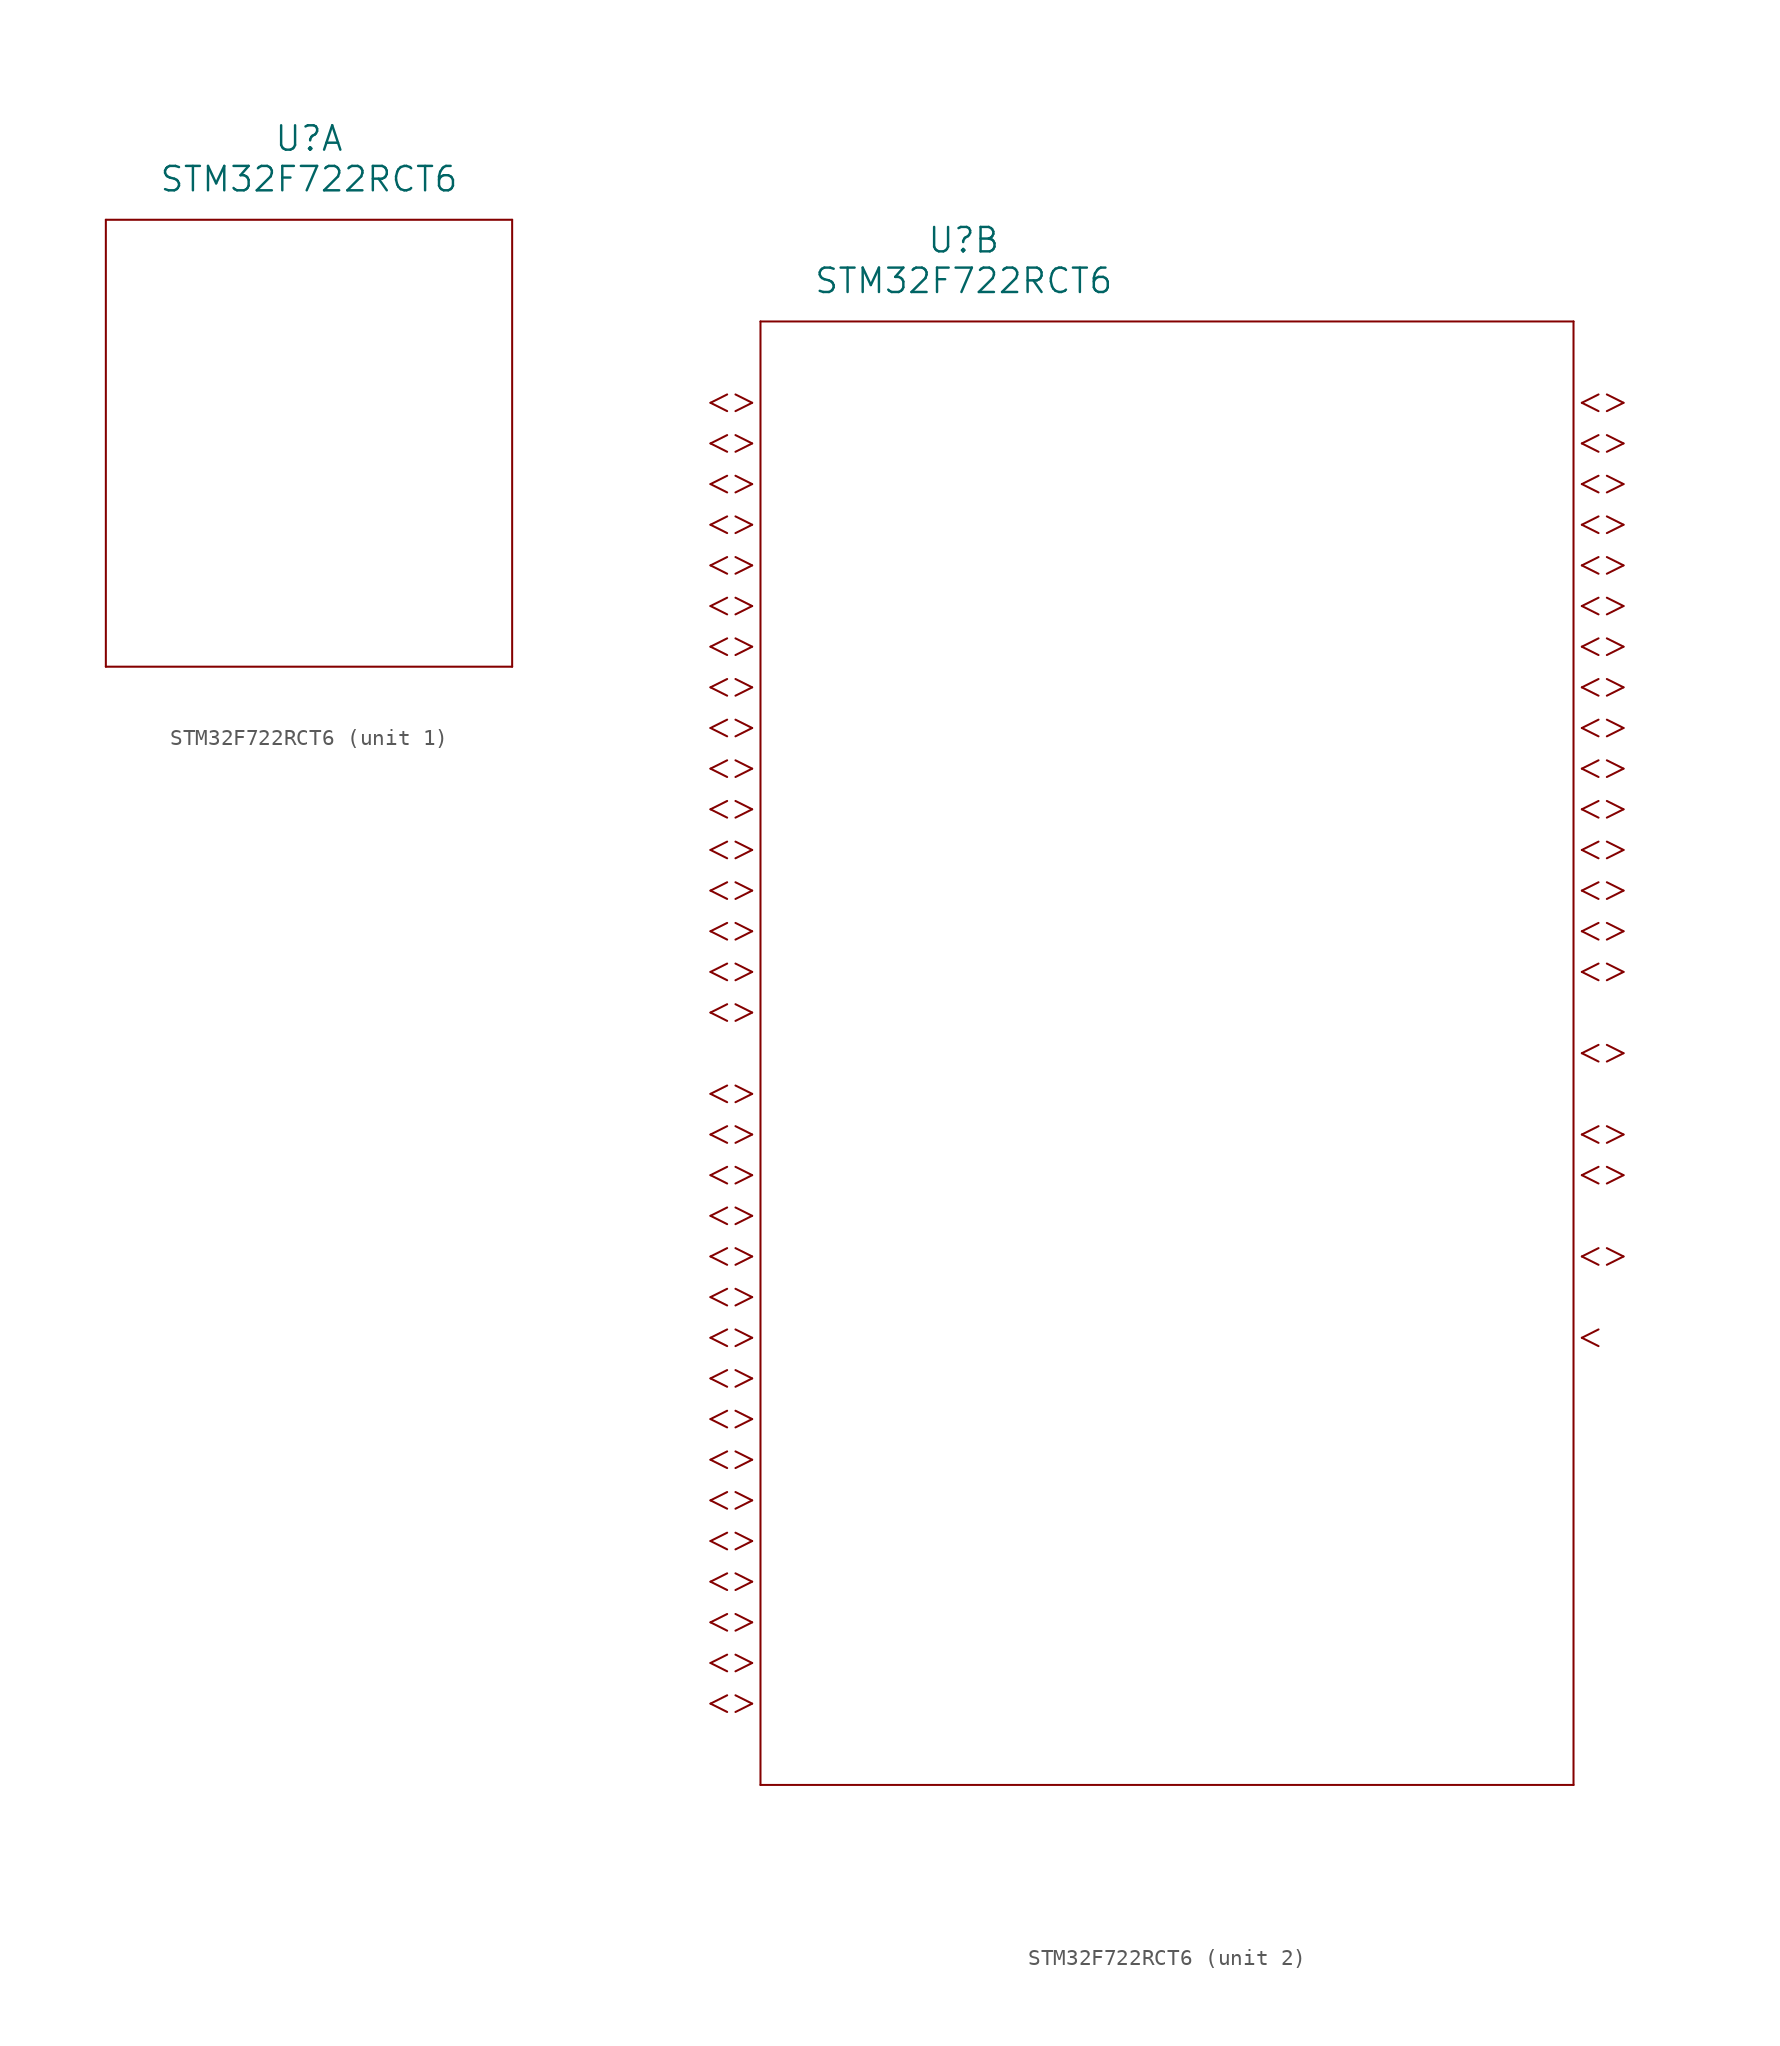
<source format=kicad_sym>
(kicad_symbol_lib
  (version 20211014)
  (generator kicad_symbol_editor)
  (symbol "STM32F722RCT6"
    (pin_names
      (offset 0.254))
    (property "Reference" "U"
      (at 20.32 10.16 0)
      (effects (font (size 1.524 1.524))))
    (property "Value" "STM32F722RCT6"
      (at 20.32 7.62 0)
      (effects (font (size 1.524 1.524))))
    (symbol "STM32F722RCT6_1_1"
      (polyline (pts (xy 7.62 5.08) (xy 7.62 -22.86)) (stroke (width 0.127) (type default) (color 0 0 0 0)) (fill (type none)))
      (polyline (pts (xy 7.62 -22.86) (xy 33.02 -22.86)) (stroke (width 0.127) (type default) (color 0 0 0 0)) (fill (type none)))
      (polyline (pts (xy 33.02 -22.86) (xy 33.02 5.08)) (stroke (width 0.127) (type default) (color 0 0 0 0)) (fill (type none)))
      (polyline (pts (xy 33.02 5.08) (xy 7.62 5.08)) (stroke (width 0.127) (type default) (color 0 0 0 0)) (fill (type none))))
    (symbol "STM32F722RCT6_2_1"
      (polyline (pts (xy 7.099 0) (xy 6.058 0.521)) (stroke (width 0.127) (type default) (color 0 0 0 0)) (fill (type none)))
      (polyline (pts (xy 7.099 0) (xy 6.058 -0.521)) (stroke (width 0.127) (type default) (color 0 0 0 0)) (fill (type none)))
      (polyline (pts (xy 5.537 0.521) (xy 4.496 0)) (stroke (width 0.127) (type default) (color 0 0 0 0)) (fill (type none)))
      (polyline (pts (xy 5.537 -0.521) (xy 4.496 0)) (stroke (width 0.127) (type default) (color 0 0 0 0)) (fill (type none)))
      (polyline (pts (xy 7.099 -2.54) (xy 6.058 -2.019)) (stroke (width 0.127) (type default) (color 0 0 0 0)) (fill (type none)))
      (polyline (pts (xy 7.099 -2.54) (xy 6.058 -3.061)) (stroke (width 0.127) (type default) (color 0 0 0 0)) (fill (type none)))
      (polyline (pts (xy 5.537 -2.019) (xy 4.496 -2.54)) (stroke (width 0.127) (type default) (color 0 0 0 0)) (fill (type none)))
      (polyline (pts (xy 5.537 -3.061) (xy 4.496 -2.54)) (stroke (width 0.127) (type default) (color 0 0 0 0)) (fill (type none)))
      (polyline (pts (xy 7.099 -5.08) (xy 6.058 -4.559)) (stroke (width 0.127) (type default) (color 0 0 0 0)) (fill (type none)))
      (polyline (pts (xy 7.099 -5.08) (xy 6.058 -5.601)) (stroke (width 0.127) (type default) (color 0 0 0 0)) (fill (type none)))
      (polyline (pts (xy 5.537 -4.559) (xy 4.496 -5.08)) (stroke (width 0.127) (type default) (color 0 0 0 0)) (fill (type none)))
      (polyline (pts (xy 5.537 -5.601) (xy 4.496 -5.08)) (stroke (width 0.127) (type default) (color 0 0 0 0)) (fill (type none)))
      (polyline (pts (xy 7.099 -7.62) (xy 6.058 -7.099)) (stroke (width 0.127) (type default) (color 0 0 0 0)) (fill (type none)))
      (polyline (pts (xy 7.099 -7.62) (xy 6.058 -8.141)) (stroke (width 0.127) (type default) (color 0 0 0 0)) (fill (type none)))
      (polyline (pts (xy 5.537 -7.099) (xy 4.496 -7.62)) (stroke (width 0.127) (type default) (color 0 0 0 0)) (fill (type none)))
      (polyline (pts (xy 5.537 -8.141) (xy 4.496 -7.62)) (stroke (width 0.127) (type default) (color 0 0 0 0)) (fill (type none)))
      (polyline (pts (xy 7.099 -10.16) (xy 6.058 -9.639)) (stroke (width 0.127) (type default) (color 0 0 0 0)) (fill (type none)))
      (polyline (pts (xy 7.099 -10.16) (xy 6.058 -10.681)) (stroke (width 0.127) (type default) (color 0 0 0 0)) (fill (type none)))
      (polyline (pts (xy 5.537 -9.639) (xy 4.496 -10.16)) (stroke (width 0.127) (type default) (color 0 0 0 0)) (fill (type none)))
      (polyline (pts (xy 5.537 -10.681) (xy 4.496 -10.16)) (stroke (width 0.127) (type default) (color 0 0 0 0)) (fill (type none)))
      (polyline (pts (xy 7.099 -12.7) (xy 6.058 -12.179)) (stroke (width 0.127) (type default) (color 0 0 0 0)) (fill (type none)))
      (polyline (pts (xy 7.099 -12.7) (xy 6.058 -13.221)) (stroke (width 0.127) (type default) (color 0 0 0 0)) (fill (type none)))
      (polyline (pts (xy 5.537 -12.179) (xy 4.496 -12.7)) (stroke (width 0.127) (type default) (color 0 0 0 0)) (fill (type none)))
      (polyline (pts (xy 5.537 -13.221) (xy 4.496 -12.7)) (stroke (width 0.127) (type default) (color 0 0 0 0)) (fill (type none)))
      (polyline (pts (xy 7.099 -15.24) (xy 6.058 -14.719)) (stroke (width 0.127) (type default) (color 0 0 0 0)) (fill (type none)))
      (polyline (pts (xy 7.099 -15.24) (xy 6.058 -15.761)) (stroke (width 0.127) (type default) (color 0 0 0 0)) (fill (type none)))
      (polyline (pts (xy 5.537 -14.719) (xy 4.496 -15.24)) (stroke (width 0.127) (type default) (color 0 0 0 0)) (fill (type none)))
      (polyline (pts (xy 5.537 -15.761) (xy 4.496 -15.24)) (stroke (width 0.127) (type default) (color 0 0 0 0)) (fill (type none)))
      (polyline (pts (xy 7.099 -17.78) (xy 6.058 -17.259)) (stroke (width 0.127) (type default) (color 0 0 0 0)) (fill (type none)))
      (polyline (pts (xy 7.099 -17.78) (xy 6.058 -18.301)) (stroke (width 0.127) (type default) (color 0 0 0 0)) (fill (type none)))
      (polyline (pts (xy 5.537 -17.259) (xy 4.496 -17.78)) (stroke (width 0.127) (type default) (color 0 0 0 0)) (fill (type none)))
      (polyline (pts (xy 5.537 -18.301) (xy 4.496 -17.78)) (stroke (width 0.127) (type default) (color 0 0 0 0)) (fill (type none)))
      (polyline (pts (xy 7.099 -20.32) (xy 6.058 -19.799)) (stroke (width 0.127) (type default) (color 0 0 0 0)) (fill (type none)))
      (polyline (pts (xy 7.099 -20.32) (xy 6.058 -20.841)) (stroke (width 0.127) (type default) (color 0 0 0 0)) (fill (type none)))
      (polyline (pts (xy 5.537 -19.799) (xy 4.496 -20.32)) (stroke (width 0.127) (type default) (color 0 0 0 0)) (fill (type none)))
      (polyline (pts (xy 5.537 -20.841) (xy 4.496 -20.32)) (stroke (width 0.127) (type default) (color 0 0 0 0)) (fill (type none)))
      (polyline (pts (xy 7.099 -22.86) (xy 6.058 -22.339)) (stroke (width 0.127) (type default) (color 0 0 0 0)) (fill (type none)))
      (polyline (pts (xy 7.099 -22.86) (xy 6.058 -23.381)) (stroke (width 0.127) (type default) (color 0 0 0 0)) (fill (type none)))
      (polyline (pts (xy 5.537 -22.339) (xy 4.496 -22.86)) (stroke (width 0.127) (type default) (color 0 0 0 0)) (fill (type none)))
      (polyline (pts (xy 5.537 -23.381) (xy 4.496 -22.86)) (stroke (width 0.127) (type default) (color 0 0 0 0)) (fill (type none)))
      (polyline (pts (xy 7.099 -25.4) (xy 6.058 -24.879)) (stroke (width 0.127) (type default) (color 0 0 0 0)) (fill (type none)))
      (polyline (pts (xy 7.099 -25.4) (xy 6.058 -25.921)) (stroke (width 0.127) (type default) (color 0 0 0 0)) (fill (type none)))
      (polyline (pts (xy 5.537 -24.879) (xy 4.496 -25.4)) (stroke (width 0.127) (type default) (color 0 0 0 0)) (fill (type none)))
      (polyline (pts (xy 5.537 -25.921) (xy 4.496 -25.4)) (stroke (width 0.127) (type default) (color 0 0 0 0)) (fill (type none)))
      (polyline (pts (xy 7.099 -27.94) (xy 6.058 -27.419)) (stroke (width 0.127) (type default) (color 0 0 0 0)) (fill (type none)))
      (polyline (pts (xy 7.099 -27.94) (xy 6.058 -28.461)) (stroke (width 0.127) (type default) (color 0 0 0 0)) (fill (type none)))
      (polyline (pts (xy 5.537 -27.419) (xy 4.496 -27.94)) (stroke (width 0.127) (type default) (color 0 0 0 0)) (fill (type none)))
      (polyline (pts (xy 5.537 -28.461) (xy 4.496 -27.94)) (stroke (width 0.127) (type default) (color 0 0 0 0)) (fill (type none)))
      (polyline (pts (xy 7.099 -30.48) (xy 6.058 -29.959)) (stroke (width 0.127) (type default) (color 0 0 0 0)) (fill (type none)))
      (polyline (pts (xy 7.099 -30.48) (xy 6.058 -31.001)) (stroke (width 0.127) (type default) (color 0 0 0 0)) (fill (type none)))
      (polyline (pts (xy 5.537 -29.959) (xy 4.496 -30.48)) (stroke (width 0.127) (type default) (color 0 0 0 0)) (fill (type none)))
      (polyline (pts (xy 5.537 -31.001) (xy 4.496 -30.48)) (stroke (width 0.127) (type default) (color 0 0 0 0)) (fill (type none)))
      (polyline (pts (xy 7.099 -33.02) (xy 6.058 -32.499)) (stroke (width 0.127) (type default) (color 0 0 0 0)) (fill (type none)))
      (polyline (pts (xy 7.099 -33.02) (xy 6.058 -33.541)) (stroke (width 0.127) (type default) (color 0 0 0 0)) (fill (type none)))
      (polyline (pts (xy 5.537 -32.499) (xy 4.496 -33.02)) (stroke (width 0.127) (type default) (color 0 0 0 0)) (fill (type none)))
      (polyline (pts (xy 5.537 -33.541) (xy 4.496 -33.02)) (stroke (width 0.127) (type default) (color 0 0 0 0)) (fill (type none)))
      (polyline (pts (xy 7.099 -35.56) (xy 6.058 -35.039)) (stroke (width 0.127) (type default) (color 0 0 0 0)) (fill (type none)))
      (polyline (pts (xy 7.099 -35.56) (xy 6.058 -36.081)) (stroke (width 0.127) (type default) (color 0 0 0 0)) (fill (type none)))
      (polyline (pts (xy 5.537 -35.039) (xy 4.496 -35.56)) (stroke (width 0.127) (type default) (color 0 0 0 0)) (fill (type none)))
      (polyline (pts (xy 5.537 -36.081) (xy 4.496 -35.56)) (stroke (width 0.127) (type default) (color 0 0 0 0)) (fill (type none)))
      (polyline (pts (xy 7.099 -38.1) (xy 6.058 -37.579)) (stroke (width 0.127) (type default) (color 0 0 0 0)) (fill (type none)))
      (polyline (pts (xy 7.099 -38.1) (xy 6.058 -38.621)) (stroke (width 0.127) (type default) (color 0 0 0 0)) (fill (type none)))
      (polyline (pts (xy 5.537 -37.579) (xy 4.496 -38.1)) (stroke (width 0.127) (type default) (color 0 0 0 0)) (fill (type none)))
      (polyline (pts (xy 5.537 -38.621) (xy 4.496 -38.1)) (stroke (width 0.127) (type default) (color 0 0 0 0)) (fill (type none)))
      (polyline (pts (xy 7.099 -43.18) (xy 6.058 -42.659)) (stroke (width 0.127) (type default) (color 0 0 0 0)) (fill (type none)))
      (polyline (pts (xy 7.099 -43.18) (xy 6.058 -43.701)) (stroke (width 0.127) (type default) (color 0 0 0 0)) (fill (type none)))
      (polyline (pts (xy 5.537 -42.659) (xy 4.496 -43.18)) (stroke (width 0.127) (type default) (color 0 0 0 0)) (fill (type none)))
      (polyline (pts (xy 5.537 -43.701) (xy 4.496 -43.18)) (stroke (width 0.127) (type default) (color 0 0 0 0)) (fill (type none)))
      (polyline (pts (xy 7.099 -45.72) (xy 6.058 -45.199)) (stroke (width 0.127) (type default) (color 0 0 0 0)) (fill (type none)))
      (polyline (pts (xy 7.099 -45.72) (xy 6.058 -46.241)) (stroke (width 0.127) (type default) (color 0 0 0 0)) (fill (type none)))
      (polyline (pts (xy 5.537 -45.199) (xy 4.496 -45.72)) (stroke (width 0.127) (type default) (color 0 0 0 0)) (fill (type none)))
      (polyline (pts (xy 5.537 -46.241) (xy 4.496 -45.72)) (stroke (width 0.127) (type default) (color 0 0 0 0)) (fill (type none)))
      (polyline (pts (xy 7.099 -48.26) (xy 6.058 -47.739)) (stroke (width 0.127) (type default) (color 0 0 0 0)) (fill (type none)))
      (polyline (pts (xy 7.099 -48.26) (xy 6.058 -48.781)) (stroke (width 0.127) (type default) (color 0 0 0 0)) (fill (type none)))
      (polyline (pts (xy 5.537 -47.739) (xy 4.496 -48.26)) (stroke (width 0.127) (type default) (color 0 0 0 0)) (fill (type none)))
      (polyline (pts (xy 5.537 -48.781) (xy 4.496 -48.26)) (stroke (width 0.127) (type default) (color 0 0 0 0)) (fill (type none)))
      (polyline (pts (xy 7.099 -50.8) (xy 6.058 -50.279)) (stroke (width 0.127) (type default) (color 0 0 0 0)) (fill (type none)))
      (polyline (pts (xy 7.099 -50.8) (xy 6.058 -51.321)) (stroke (width 0.127) (type default) (color 0 0 0 0)) (fill (type none)))
      (polyline (pts (xy 5.537 -50.279) (xy 4.496 -50.8)) (stroke (width 0.127) (type default) (color 0 0 0 0)) (fill (type none)))
      (polyline (pts (xy 5.537 -51.321) (xy 4.496 -50.8)) (stroke (width 0.127) (type default) (color 0 0 0 0)) (fill (type none)))
      (polyline (pts (xy 7.099 -53.34) (xy 6.058 -52.819)) (stroke (width 0.127) (type default) (color 0 0 0 0)) (fill (type none)))
      (polyline (pts (xy 7.099 -53.34) (xy 6.058 -53.861)) (stroke (width 0.127) (type default) (color 0 0 0 0)) (fill (type none)))
      (polyline (pts (xy 5.537 -52.819) (xy 4.496 -53.34)) (stroke (width 0.127) (type default) (color 0 0 0 0)) (fill (type none)))
      (polyline (pts (xy 5.537 -53.861) (xy 4.496 -53.34)) (stroke (width 0.127) (type default) (color 0 0 0 0)) (fill (type none)))
      (polyline (pts (xy 7.099 -55.88) (xy 6.058 -55.359)) (stroke (width 0.127) (type default) (color 0 0 0 0)) (fill (type none)))
      (polyline (pts (xy 7.099 -55.88) (xy 6.058 -56.401)) (stroke (width 0.127) (type default) (color 0 0 0 0)) (fill (type none)))
      (polyline (pts (xy 5.537 -55.359) (xy 4.496 -55.88)) (stroke (width 0.127) (type default) (color 0 0 0 0)) (fill (type none)))
      (polyline (pts (xy 5.537 -56.401) (xy 4.496 -55.88)) (stroke (width 0.127) (type default) (color 0 0 0 0)) (fill (type none)))
      (polyline (pts (xy 7.099 -58.42) (xy 6.058 -57.899)) (stroke (width 0.127) (type default) (color 0 0 0 0)) (fill (type none)))
      (polyline (pts (xy 7.099 -58.42) (xy 6.058 -58.941)) (stroke (width 0.127) (type default) (color 0 0 0 0)) (fill (type none)))
      (polyline (pts (xy 5.537 -57.899) (xy 4.496 -58.42)) (stroke (width 0.127) (type default) (color 0 0 0 0)) (fill (type none)))
      (polyline (pts (xy 5.537 -58.941) (xy 4.496 -58.42)) (stroke (width 0.127) (type default) (color 0 0 0 0)) (fill (type none)))
      (polyline (pts (xy 7.099 -60.96) (xy 6.058 -60.439)) (stroke (width 0.127) (type default) (color 0 0 0 0)) (fill (type none)))
      (polyline (pts (xy 7.099 -60.96) (xy 6.058 -61.481)) (stroke (width 0.127) (type default) (color 0 0 0 0)) (fill (type none)))
      (polyline (pts (xy 5.537 -60.439) (xy 4.496 -60.96)) (stroke (width 0.127) (type default) (color 0 0 0 0)) (fill (type none)))
      (polyline (pts (xy 5.537 -61.481) (xy 4.496 -60.96)) (stroke (width 0.127) (type default) (color 0 0 0 0)) (fill (type none)))
      (polyline (pts (xy 7.099 -63.5) (xy 6.058 -62.979)) (stroke (width 0.127) (type default) (color 0 0 0 0)) (fill (type none)))
      (polyline (pts (xy 7.099 -63.5) (xy 6.058 -64.021)) (stroke (width 0.127) (type default) (color 0 0 0 0)) (fill (type none)))
      (polyline (pts (xy 5.537 -62.979) (xy 4.496 -63.5)) (stroke (width 0.127) (type default) (color 0 0 0 0)) (fill (type none)))
      (polyline (pts (xy 5.537 -64.021) (xy 4.496 -63.5)) (stroke (width 0.127) (type default) (color 0 0 0 0)) (fill (type none)))
      (polyline (pts (xy 7.099 -66.04) (xy 6.058 -65.519)) (stroke (width 0.127) (type default) (color 0 0 0 0)) (fill (type none)))
      (polyline (pts (xy 7.099 -66.04) (xy 6.058 -66.561)) (stroke (width 0.127) (type default) (color 0 0 0 0)) (fill (type none)))
      (polyline (pts (xy 5.537 -65.519) (xy 4.496 -66.04)) (stroke (width 0.127) (type default) (color 0 0 0 0)) (fill (type none)))
      (polyline (pts (xy 5.537 -66.561) (xy 4.496 -66.04)) (stroke (width 0.127) (type default) (color 0 0 0 0)) (fill (type none)))
      (polyline (pts (xy 7.099 -68.58) (xy 6.058 -68.059)) (stroke (width 0.127) (type default) (color 0 0 0 0)) (fill (type none)))
      (polyline (pts (xy 7.099 -68.58) (xy 6.058 -69.101)) (stroke (width 0.127) (type default) (color 0 0 0 0)) (fill (type none)))
      (polyline (pts (xy 5.537 -68.059) (xy 4.496 -68.58)) (stroke (width 0.127) (type default) (color 0 0 0 0)) (fill (type none)))
      (polyline (pts (xy 5.537 -69.101) (xy 4.496 -68.58)) (stroke (width 0.127) (type default) (color 0 0 0 0)) (fill (type none)))
      (polyline (pts (xy 7.099 -71.12) (xy 6.058 -70.599)) (stroke (width 0.127) (type default) (color 0 0 0 0)) (fill (type none)))
      (polyline (pts (xy 7.099 -71.12) (xy 6.058 -71.641)) (stroke (width 0.127) (type default) (color 0 0 0 0)) (fill (type none)))
      (polyline (pts (xy 5.537 -70.599) (xy 4.496 -71.12)) (stroke (width 0.127) (type default) (color 0 0 0 0)) (fill (type none)))
      (polyline (pts (xy 5.537 -71.641) (xy 4.496 -71.12)) (stroke (width 0.127) (type default) (color 0 0 0 0)) (fill (type none)))
      (polyline (pts (xy 7.099 -73.66) (xy 6.058 -73.139)) (stroke (width 0.127) (type default) (color 0 0 0 0)) (fill (type none)))
      (polyline (pts (xy 7.099 -73.66) (xy 6.058 -74.181)) (stroke (width 0.127) (type default) (color 0 0 0 0)) (fill (type none)))
      (polyline (pts (xy 5.537 -73.139) (xy 4.496 -73.66)) (stroke (width 0.127) (type default) (color 0 0 0 0)) (fill (type none)))
      (polyline (pts (xy 5.537 -74.181) (xy 4.496 -73.66)) (stroke (width 0.127) (type default) (color 0 0 0 0)) (fill (type none)))
      (polyline (pts (xy 7.099 -76.2) (xy 6.058 -75.679)) (stroke (width 0.127) (type default) (color 0 0 0 0)) (fill (type none)))
      (polyline (pts (xy 7.099 -76.2) (xy 6.058 -76.721)) (stroke (width 0.127) (type default) (color 0 0 0 0)) (fill (type none)))
      (polyline (pts (xy 5.537 -75.679) (xy 4.496 -76.2)) (stroke (width 0.127) (type default) (color 0 0 0 0)) (fill (type none)))
      (polyline (pts (xy 5.537 -76.721) (xy 4.496 -76.2)) (stroke (width 0.127) (type default) (color 0 0 0 0)) (fill (type none)))
      (polyline (pts (xy 7.099 -78.74) (xy 6.058 -78.219)) (stroke (width 0.127) (type default) (color 0 0 0 0)) (fill (type none)))
      (polyline (pts (xy 7.099 -78.74) (xy 6.058 -79.261)) (stroke (width 0.127) (type default) (color 0 0 0 0)) (fill (type none)))
      (polyline (pts (xy 5.537 -78.219) (xy 4.496 -78.74)) (stroke (width 0.127) (type default) (color 0 0 0 0)) (fill (type none)))
      (polyline (pts (xy 5.537 -79.261) (xy 4.496 -78.74)) (stroke (width 0.127) (type default) (color 0 0 0 0)) (fill (type none)))
      (polyline (pts (xy 7.099 -81.28) (xy 6.058 -80.759)) (stroke (width 0.127) (type default) (color 0 0 0 0)) (fill (type none)))
      (polyline (pts (xy 7.099 -81.28) (xy 6.058 -81.801)) (stroke (width 0.127) (type default) (color 0 0 0 0)) (fill (type none)))
      (polyline (pts (xy 5.537 -80.759) (xy 4.496 -81.28)) (stroke (width 0.127) (type default) (color 0 0 0 0)) (fill (type none)))
      (polyline (pts (xy 5.537 -81.801) (xy 4.496 -81.28)) (stroke (width 0.127) (type default) (color 0 0 0 0)) (fill (type none)))
      (polyline (pts (xy 58.941 0) (xy 59.982 0.521)) (stroke (width 0.127) (type default) (color 0 0 0 0)) (fill (type none)))
      (polyline (pts (xy 58.941 0) (xy 59.982 -0.521)) (stroke (width 0.127) (type default) (color 0 0 0 0)) (fill (type none)))
      (polyline (pts (xy 60.503 0.521) (xy 61.544 0)) (stroke (width 0.127) (type default) (color 0 0 0 0)) (fill (type none)))
      (polyline (pts (xy 60.503 -0.521) (xy 61.544 0)) (stroke (width 0.127) (type default) (color 0 0 0 0)) (fill (type none)))
      (polyline (pts (xy 58.941 -2.54) (xy 59.982 -2.019)) (stroke (width 0.127) (type default) (color 0 0 0 0)) (fill (type none)))
      (polyline (pts (xy 58.941 -2.54) (xy 59.982 -3.061)) (stroke (width 0.127) (type default) (color 0 0 0 0)) (fill (type none)))
      (polyline (pts (xy 60.503 -2.019) (xy 61.544 -2.54)) (stroke (width 0.127) (type default) (color 0 0 0 0)) (fill (type none)))
      (polyline (pts (xy 60.503 -3.061) (xy 61.544 -2.54)) (stroke (width 0.127) (type default) (color 0 0 0 0)) (fill (type none)))
      (polyline (pts (xy 58.941 -5.08) (xy 59.982 -4.559)) (stroke (width 0.127) (type default) (color 0 0 0 0)) (fill (type none)))
      (polyline (pts (xy 58.941 -5.08) (xy 59.982 -5.601)) (stroke (width 0.127) (type default) (color 0 0 0 0)) (fill (type none)))
      (polyline (pts (xy 60.503 -4.559) (xy 61.544 -5.08)) (stroke (width 0.127) (type default) (color 0 0 0 0)) (fill (type none)))
      (polyline (pts (xy 60.503 -5.601) (xy 61.544 -5.08)) (stroke (width 0.127) (type default) (color 0 0 0 0)) (fill (type none)))
      (polyline (pts (xy 58.941 -7.62) (xy 59.982 -7.099)) (stroke (width 0.127) (type default) (color 0 0 0 0)) (fill (type none)))
      (polyline (pts (xy 58.941 -7.62) (xy 59.982 -8.141)) (stroke (width 0.127) (type default) (color 0 0 0 0)) (fill (type none)))
      (polyline (pts (xy 60.503 -7.099) (xy 61.544 -7.62)) (stroke (width 0.127) (type default) (color 0 0 0 0)) (fill (type none)))
      (polyline (pts (xy 60.503 -8.141) (xy 61.544 -7.62)) (stroke (width 0.127) (type default) (color 0 0 0 0)) (fill (type none)))
      (polyline (pts (xy 58.941 -10.16) (xy 59.982 -9.639)) (stroke (width 0.127) (type default) (color 0 0 0 0)) (fill (type none)))
      (polyline (pts (xy 58.941 -10.16) (xy 59.982 -10.681)) (stroke (width 0.127) (type default) (color 0 0 0 0)) (fill (type none)))
      (polyline (pts (xy 60.503 -9.639) (xy 61.544 -10.16)) (stroke (width 0.127) (type default) (color 0 0 0 0)) (fill (type none)))
      (polyline (pts (xy 60.503 -10.681) (xy 61.544 -10.16)) (stroke (width 0.127) (type default) (color 0 0 0 0)) (fill (type none)))
      (polyline (pts (xy 58.941 -12.7) (xy 59.982 -12.179)) (stroke (width 0.127) (type default) (color 0 0 0 0)) (fill (type none)))
      (polyline (pts (xy 58.941 -12.7) (xy 59.982 -13.221)) (stroke (width 0.127) (type default) (color 0 0 0 0)) (fill (type none)))
      (polyline (pts (xy 60.503 -12.179) (xy 61.544 -12.7)) (stroke (width 0.127) (type default) (color 0 0 0 0)) (fill (type none)))
      (polyline (pts (xy 60.503 -13.221) (xy 61.544 -12.7)) (stroke (width 0.127) (type default) (color 0 0 0 0)) (fill (type none)))
      (polyline (pts (xy 58.941 -15.24) (xy 59.982 -14.719)) (stroke (width 0.127) (type default) (color 0 0 0 0)) (fill (type none)))
      (polyline (pts (xy 58.941 -15.24) (xy 59.982 -15.761)) (stroke (width 0.127) (type default) (color 0 0 0 0)) (fill (type none)))
      (polyline (pts (xy 60.503 -14.719) (xy 61.544 -15.24)) (stroke (width 0.127) (type default) (color 0 0 0 0)) (fill (type none)))
      (polyline (pts (xy 60.503 -15.761) (xy 61.544 -15.24)) (stroke (width 0.127) (type default) (color 0 0 0 0)) (fill (type none)))
      (polyline (pts (xy 58.941 -17.78) (xy 59.982 -17.259)) (stroke (width 0.127) (type default) (color 0 0 0 0)) (fill (type none)))
      (polyline (pts (xy 58.941 -17.78) (xy 59.982 -18.301)) (stroke (width 0.127) (type default) (color 0 0 0 0)) (fill (type none)))
      (polyline (pts (xy 60.503 -17.259) (xy 61.544 -17.78)) (stroke (width 0.127) (type default) (color 0 0 0 0)) (fill (type none)))
      (polyline (pts (xy 60.503 -18.301) (xy 61.544 -17.78)) (stroke (width 0.127) (type default) (color 0 0 0 0)) (fill (type none)))
      (polyline (pts (xy 58.941 -20.32) (xy 59.982 -19.799)) (stroke (width 0.127) (type default) (color 0 0 0 0)) (fill (type none)))
      (polyline (pts (xy 58.941 -20.32) (xy 59.982 -20.841)) (stroke (width 0.127) (type default) (color 0 0 0 0)) (fill (type none)))
      (polyline (pts (xy 60.503 -19.799) (xy 61.544 -20.32)) (stroke (width 0.127) (type default) (color 0 0 0 0)) (fill (type none)))
      (polyline (pts (xy 60.503 -20.841) (xy 61.544 -20.32)) (stroke (width 0.127) (type default) (color 0 0 0 0)) (fill (type none)))
      (polyline (pts (xy 58.941 -22.86) (xy 59.982 -22.339)) (stroke (width 0.127) (type default) (color 0 0 0 0)) (fill (type none)))
      (polyline (pts (xy 58.941 -22.86) (xy 59.982 -23.381)) (stroke (width 0.127) (type default) (color 0 0 0 0)) (fill (type none)))
      (polyline (pts (xy 60.503 -22.339) (xy 61.544 -22.86)) (stroke (width 0.127) (type default) (color 0 0 0 0)) (fill (type none)))
      (polyline (pts (xy 60.503 -23.381) (xy 61.544 -22.86)) (stroke (width 0.127) (type default) (color 0 0 0 0)) (fill (type none)))
      (polyline (pts (xy 58.941 -25.4) (xy 59.982 -24.879)) (stroke (width 0.127) (type default) (color 0 0 0 0)) (fill (type none)))
      (polyline (pts (xy 58.941 -25.4) (xy 59.982 -25.921)) (stroke (width 0.127) (type default) (color 0 0 0 0)) (fill (type none)))
      (polyline (pts (xy 60.503 -24.879) (xy 61.544 -25.4)) (stroke (width 0.127) (type default) (color 0 0 0 0)) (fill (type none)))
      (polyline (pts (xy 60.503 -25.921) (xy 61.544 -25.4)) (stroke (width 0.127) (type default) (color 0 0 0 0)) (fill (type none)))
      (polyline (pts (xy 58.941 -27.94) (xy 59.982 -27.419)) (stroke (width 0.127) (type default) (color 0 0 0 0)) (fill (type none)))
      (polyline (pts (xy 58.941 -27.94) (xy 59.982 -28.461)) (stroke (width 0.127) (type default) (color 0 0 0 0)) (fill (type none)))
      (polyline (pts (xy 60.503 -27.419) (xy 61.544 -27.94)) (stroke (width 0.127) (type default) (color 0 0 0 0)) (fill (type none)))
      (polyline (pts (xy 60.503 -28.461) (xy 61.544 -27.94)) (stroke (width 0.127) (type default) (color 0 0 0 0)) (fill (type none)))
      (polyline (pts (xy 58.941 -30.48) (xy 59.982 -29.959)) (stroke (width 0.127) (type default) (color 0 0 0 0)) (fill (type none)))
      (polyline (pts (xy 58.941 -30.48) (xy 59.982 -31.001)) (stroke (width 0.127) (type default) (color 0 0 0 0)) (fill (type none)))
      (polyline (pts (xy 60.503 -29.959) (xy 61.544 -30.48)) (stroke (width 0.127) (type default) (color 0 0 0 0)) (fill (type none)))
      (polyline (pts (xy 60.503 -31.001) (xy 61.544 -30.48)) (stroke (width 0.127) (type default) (color 0 0 0 0)) (fill (type none)))
      (polyline (pts (xy 58.941 -33.02) (xy 59.982 -32.499)) (stroke (width 0.127) (type default) (color 0 0 0 0)) (fill (type none)))
      (polyline (pts (xy 58.941 -33.02) (xy 59.982 -33.541)) (stroke (width 0.127) (type default) (color 0 0 0 0)) (fill (type none)))
      (polyline (pts (xy 60.503 -32.499) (xy 61.544 -33.02)) (stroke (width 0.127) (type default) (color 0 0 0 0)) (fill (type none)))
      (polyline (pts (xy 60.503 -33.541) (xy 61.544 -33.02)) (stroke (width 0.127) (type default) (color 0 0 0 0)) (fill (type none)))
      (polyline (pts (xy 58.941 -35.56) (xy 59.982 -35.039)) (stroke (width 0.127) (type default) (color 0 0 0 0)) (fill (type none)))
      (polyline (pts (xy 58.941 -35.56) (xy 59.982 -36.081)) (stroke (width 0.127) (type default) (color 0 0 0 0)) (fill (type none)))
      (polyline (pts (xy 60.503 -35.039) (xy 61.544 -35.56)) (stroke (width 0.127) (type default) (color 0 0 0 0)) (fill (type none)))
      (polyline (pts (xy 60.503 -36.081) (xy 61.544 -35.56)) (stroke (width 0.127) (type default) (color 0 0 0 0)) (fill (type none)))
      (polyline (pts (xy 58.941 -40.64) (xy 59.982 -40.119)) (stroke (width 0.127) (type default) (color 0 0 0 0)) (fill (type none)))
      (polyline (pts (xy 58.941 -40.64) (xy 59.982 -41.161)) (stroke (width 0.127) (type default) (color 0 0 0 0)) (fill (type none)))
      (polyline (pts (xy 60.503 -40.119) (xy 61.544 -40.64)) (stroke (width 0.127) (type default) (color 0 0 0 0)) (fill (type none)))
      (polyline (pts (xy 60.503 -41.161) (xy 61.544 -40.64)) (stroke (width 0.127) (type default) (color 0 0 0 0)) (fill (type none)))
      (polyline (pts (xy 58.941 -45.72) (xy 59.982 -45.199)) (stroke (width 0.127) (type default) (color 0 0 0 0)) (fill (type none)))
      (polyline (pts (xy 58.941 -45.72) (xy 59.982 -46.241)) (stroke (width 0.127) (type default) (color 0 0 0 0)) (fill (type none)))
      (polyline (pts (xy 60.503 -45.199) (xy 61.544 -45.72)) (stroke (width 0.127) (type default) (color 0 0 0 0)) (fill (type none)))
      (polyline (pts (xy 60.503 -46.241) (xy 61.544 -45.72)) (stroke (width 0.127) (type default) (color 0 0 0 0)) (fill (type none)))
      (polyline (pts (xy 58.941 -48.26) (xy 59.982 -47.739)) (stroke (width 0.127) (type default) (color 0 0 0 0)) (fill (type none)))
      (polyline (pts (xy 58.941 -48.26) (xy 59.982 -48.781)) (stroke (width 0.127) (type default) (color 0 0 0 0)) (fill (type none)))
      (polyline (pts (xy 60.503 -47.739) (xy 61.544 -48.26)) (stroke (width 0.127) (type default) (color 0 0 0 0)) (fill (type none)))
      (polyline (pts (xy 60.503 -48.781) (xy 61.544 -48.26)) (stroke (width 0.127) (type default) (color 0 0 0 0)) (fill (type none)))
      (polyline (pts (xy 58.941 -53.34) (xy 59.982 -52.819)) (stroke (width 0.127) (type default) (color 0 0 0 0)) (fill (type none)))
      (polyline (pts (xy 58.941 -53.34) (xy 59.982 -53.861)) (stroke (width 0.127) (type default) (color 0 0 0 0)) (fill (type none)))
      (polyline (pts (xy 60.503 -52.819) (xy 61.544 -53.34)) (stroke (width 0.127) (type default) (color 0 0 0 0)) (fill (type none)))
      (polyline (pts (xy 60.503 -53.861) (xy 61.544 -53.34)) (stroke (width 0.127) (type default) (color 0 0 0 0)) (fill (type none)))
      (polyline (pts (xy 58.941 -58.42) (xy 59.982 -57.899)) (stroke (width 0.127) (type default) (color 0 0 0 0)) (fill (type none)))
      (polyline (pts (xy 58.941 -58.42) (xy 59.982 -58.941)) (stroke (width 0.127) (type default) (color 0 0 0 0)) (fill (type none)))
      (polyline (pts (xy 7.62 5.08) (xy 7.62 -86.36)) (stroke (width 0.127) (type default) (color 0 0 0 0)) (fill (type none)))
      (polyline (pts (xy 7.62 -86.36) (xy 58.42 -86.36)) (stroke (width 0.127) (type default) (color 0 0 0 0)) (fill (type none)))
      (polyline (pts (xy 58.42 -86.36) (xy 58.42 5.08)) (stroke (width 0.127) (type default) (color 0 0 0 0)) (fill (type none)))
      (polyline (pts (xy 58.42 5.08) (xy 7.62 5.08)) (stroke (width 0.127) (type default) (color 0 0 0 0)) (fill (type none))))))
</source>
